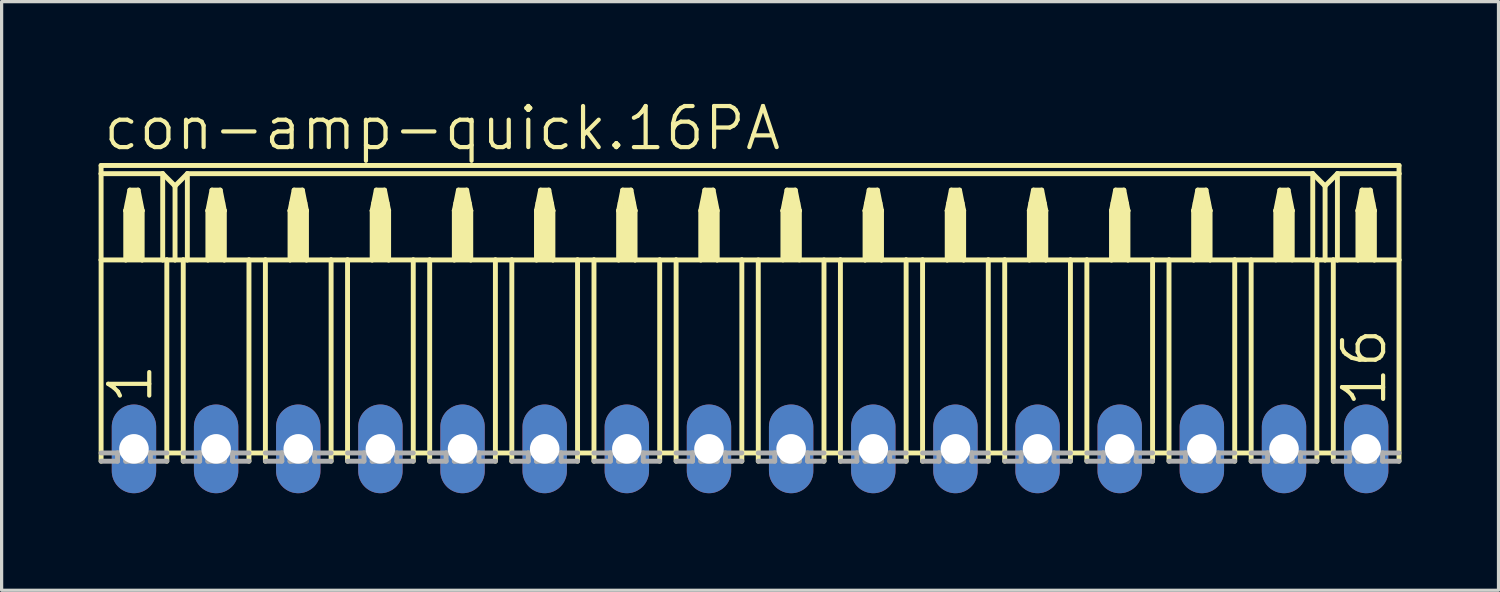
<source format=kicad_pcb>
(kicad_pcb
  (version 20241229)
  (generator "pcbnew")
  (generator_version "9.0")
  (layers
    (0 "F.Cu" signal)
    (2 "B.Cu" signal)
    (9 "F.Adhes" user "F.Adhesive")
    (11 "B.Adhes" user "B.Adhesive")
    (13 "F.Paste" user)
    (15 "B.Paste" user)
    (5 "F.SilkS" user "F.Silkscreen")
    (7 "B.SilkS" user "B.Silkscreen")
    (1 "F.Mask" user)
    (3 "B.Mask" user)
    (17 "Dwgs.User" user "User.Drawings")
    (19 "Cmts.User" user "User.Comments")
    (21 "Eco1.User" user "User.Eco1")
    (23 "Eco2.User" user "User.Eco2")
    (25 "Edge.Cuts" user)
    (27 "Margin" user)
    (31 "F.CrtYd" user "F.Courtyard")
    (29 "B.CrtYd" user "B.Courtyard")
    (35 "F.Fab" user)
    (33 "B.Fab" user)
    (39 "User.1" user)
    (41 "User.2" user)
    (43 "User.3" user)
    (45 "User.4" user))
  (footprint "con-amp-quick.16PA"
    (layer "F.Cu")
    (at 20.142 10.829)
    (property "Reference" "con-amp-quick.16PA" (at -20.066 -9.169 0) (layer "F.SilkS") (effects (font (size 1.27 1.27) (thickness 0.13)) (justify left bottom)))
    (attr through_hole)
    (fp_line (start -20.066 -8.763) (end -20.066 -8.509) (stroke (width 0.152) (type default)) (layer "F.SilkS"))
    (fp_line (start -20.066 -8.763) (end 20.066 -8.763) (stroke (width 0.152) (type default)) (layer "F.SilkS"))
    (fp_line (start -20.066 -8.509) (end -20.066 -5.842) (stroke (width 0.152) (type default)) (layer "F.SilkS"))
    (fp_line (start -20.066 -8.509) (end -18.161 -8.509) (stroke (width 0.152) (type default)) (layer "F.SilkS"))
    (fp_line (start -20.066 -5.842) (end -20.066 0.381) (stroke (width 0.152) (type default)) (layer "F.SilkS"))
    (fp_line (start -20.066 -5.842) (end -19.304 -5.842) (stroke (width 0.152) (type default)) (layer "F.SilkS"))
    (fp_line (start -19.304 -7.366) (end -19.304 -5.842) (stroke (width 0.152) (type default)) (layer "F.SilkS"))
    (fp_line (start -19.304 -7.366) (end -19.177 -8.001) (stroke (width 0.152) (type default)) (layer "F.SilkS"))
    (fp_line (start -19.304 -5.842) (end -18.796 -5.842) (stroke (width 0.152) (type default)) (layer "F.SilkS"))
    (fp_line (start -19.177 -8.001) (end -18.923 -8.001) (stroke (width 0.152) (type default)) (layer "F.SilkS"))
    (fp_line (start -18.923 -8.001) (end -18.796 -7.366) (stroke (width 0.152) (type default)) (layer "F.SilkS"))
    (fp_line (start -18.796 -7.366) (end -19.304 -7.366) (stroke (width 0.152) (type default)) (layer "F.SilkS"))
    (fp_line (start -18.796 -7.366) (end -18.796 -5.842) (stroke (width 0.152) (type default)) (layer "F.SilkS"))
    (fp_line (start -18.796 -5.842) (end -18.161 -5.842) (stroke (width 0.152) (type default)) (layer "F.SilkS"))
    (fp_line (start -18.161 -8.509) (end -18.161 -5.842) (stroke (width 0.152) (type default)) (layer "F.SilkS"))
    (fp_line (start -18.161 -8.509) (end -17.78 -8.128) (stroke (width 0.152) (type default)) (layer "F.SilkS"))
    (fp_line (start -18.161 -5.842) (end -18.034 -5.842) (stroke (width 0.152) (type default)) (layer "F.SilkS"))
    (fp_line (start -18.034 -5.842) (end -18.034 0.127) (stroke (width 0.152) (type default)) (layer "F.SilkS"))
    (fp_line (start -18.034 -5.842) (end -17.78 -5.842) (stroke (width 0.152) (type default)) (layer "F.SilkS"))
    (fp_line (start -18.034 0.127) (end -18.034 0.381) (stroke (width 0.152) (type default)) (layer "F.SilkS"))
    (fp_line (start -17.78 -8.128) (end -17.78 -5.842) (stroke (width 0.152) (type default)) (layer "F.SilkS"))
    (fp_line (start -17.78 -8.128) (end -17.399 -8.509) (stroke (width 0.152) (type default)) (layer "F.SilkS"))
    (fp_line (start -17.78 -5.842) (end -17.526 -5.842) (stroke (width 0.152) (type default)) (layer "F.SilkS"))
    (fp_line (start -17.526 -5.842) (end -17.526 0.127) (stroke (width 0.152) (type default)) (layer "F.SilkS"))
    (fp_line (start -17.526 -5.842) (end -17.399 -5.842) (stroke (width 0.152) (type default)) (layer "F.SilkS"))
    (fp_line (start -17.526 0.127) (end -18.034 0.127) (stroke (width 0.152) (type default)) (layer "F.SilkS"))
    (fp_line (start -17.526 0.127) (end -17.526 0.381) (stroke (width 0.152) (type default)) (layer "F.SilkS"))
    (fp_line (start -17.399 -8.509) (end -17.399 -5.842) (stroke (width 0.152) (type default)) (layer "F.SilkS"))
    (fp_line (start -17.399 -8.509) (end 17.399 -8.509) (stroke (width 0.152) (type default)) (layer "F.SilkS"))
    (fp_line (start -17.399 -5.842) (end -16.764 -5.842) (stroke (width 0.152) (type default)) (layer "F.SilkS"))
    (fp_line (start -16.764 -7.366) (end -16.764 -5.842) (stroke (width 0.152) (type default)) (layer "F.SilkS"))
    (fp_line (start -16.764 -7.366) (end -16.637 -8.001) (stroke (width 0.152) (type default)) (layer "F.SilkS"))
    (fp_line (start -16.764 -5.842) (end -16.256 -5.842) (stroke (width 0.152) (type default)) (layer "F.SilkS"))
    (fp_line (start -16.637 -8.001) (end -16.383 -8.001) (stroke (width 0.152) (type default)) (layer "F.SilkS"))
    (fp_line (start -16.383 -8.001) (end -16.256 -7.366) (stroke (width 0.152) (type default)) (layer "F.SilkS"))
    (fp_line (start -16.256 -7.366) (end -16.764 -7.366) (stroke (width 0.152) (type default)) (layer "F.SilkS"))
    (fp_line (start -16.256 -7.366) (end -16.256 -5.842) (stroke (width 0.152) (type default)) (layer "F.SilkS"))
    (fp_line (start -16.256 -5.842) (end -15.494 -5.842) (stroke (width 0.152) (type default)) (layer "F.SilkS"))
    (fp_line (start -15.494 -5.842) (end -15.494 0.127) (stroke (width 0.152) (type default)) (layer "F.SilkS"))
    (fp_line (start -15.494 -5.842) (end -14.986 -5.842) (stroke (width 0.152) (type default)) (layer "F.SilkS"))
    (fp_line (start -15.494 0.127) (end -15.494 0.381) (stroke (width 0.152) (type default)) (layer "F.SilkS"))
    (fp_line (start -14.986 -5.842) (end -14.986 0.127) (stroke (width 0.152) (type default)) (layer "F.SilkS"))
    (fp_line (start -14.986 -5.842) (end -14.224 -5.842) (stroke (width 0.152) (type default)) (layer "F.SilkS"))
    (fp_line (start -14.986 0.127) (end -15.494 0.127) (stroke (width 0.152) (type default)) (layer "F.SilkS"))
    (fp_line (start -14.986 0.127) (end -14.986 0.381) (stroke (width 0.152) (type default)) (layer "F.SilkS"))
    (fp_line (start -14.224 -7.366) (end -14.224 -5.842) (stroke (width 0.152) (type default)) (layer "F.SilkS"))
    (fp_line (start -14.224 -7.366) (end -14.097 -8.001) (stroke (width 0.152) (type default)) (layer "F.SilkS"))
    (fp_line (start -14.224 -5.842) (end -13.716 -5.842) (stroke (width 0.152) (type default)) (layer "F.SilkS"))
    (fp_line (start -14.097 -8.001) (end -13.843 -8.001) (stroke (width 0.152) (type default)) (layer "F.SilkS"))
    (fp_line (start -13.843 -8.001) (end -13.716 -7.366) (stroke (width 0.152) (type default)) (layer "F.SilkS"))
    (fp_line (start -13.716 -7.366) (end -14.224 -7.366) (stroke (width 0.152) (type default)) (layer "F.SilkS"))
    (fp_line (start -13.716 -7.366) (end -13.716 -5.842) (stroke (width 0.152) (type default)) (layer "F.SilkS"))
    (fp_line (start -13.716 -5.842) (end -12.954 -5.842) (stroke (width 0.152) (type default)) (layer "F.SilkS"))
    (fp_line (start -12.954 -5.842) (end -12.954 0.127) (stroke (width 0.152) (type default)) (layer "F.SilkS"))
    (fp_line (start -12.954 -5.842) (end -12.446 -5.842) (stroke (width 0.152) (type default)) (layer "F.SilkS"))
    (fp_line (start -12.954 0.127) (end -12.954 0.381) (stroke (width 0.152) (type default)) (layer "F.SilkS"))
    (fp_line (start -12.446 -5.842) (end -12.446 0.127) (stroke (width 0.152) (type default)) (layer "F.SilkS"))
    (fp_line (start -12.446 -5.842) (end -11.684 -5.842) (stroke (width 0.152) (type default)) (layer "F.SilkS"))
    (fp_line (start -12.446 0.127) (end -12.954 0.127) (stroke (width 0.152) (type default)) (layer "F.SilkS"))
    (fp_line (start -12.446 0.127) (end -12.446 0.381) (stroke (width 0.152) (type default)) (layer "F.SilkS"))
    (fp_line (start -11.684 -7.366) (end -11.684 -5.842) (stroke (width 0.152) (type default)) (layer "F.SilkS"))
    (fp_line (start -11.684 -7.366) (end -11.557 -8.001) (stroke (width 0.152) (type default)) (layer "F.SilkS"))
    (fp_line (start -11.684 -5.842) (end -11.176 -5.842) (stroke (width 0.152) (type default)) (layer "F.SilkS"))
    (fp_line (start -11.557 -8.001) (end -11.303 -8.001) (stroke (width 0.152) (type default)) (layer "F.SilkS"))
    (fp_line (start -11.303 -8.001) (end -11.176 -7.366) (stroke (width 0.152) (type default)) (layer "F.SilkS"))
    (fp_line (start -11.176 -7.366) (end -11.684 -7.366) (stroke (width 0.152) (type default)) (layer "F.SilkS"))
    (fp_line (start -11.176 -7.366) (end -11.176 -5.842) (stroke (width 0.152) (type default)) (layer "F.SilkS"))
    (fp_line (start -11.176 -5.842) (end -10.414 -5.842) (stroke (width 0.152) (type default)) (layer "F.SilkS"))
    (fp_line (start -10.414 -5.842) (end -10.414 0.127) (stroke (width 0.152) (type default)) (layer "F.SilkS"))
    (fp_line (start -10.414 -5.842) (end -9.906 -5.842) (stroke (width 0.152) (type default)) (layer "F.SilkS"))
    (fp_line (start -10.414 0.127) (end -10.414 0.381) (stroke (width 0.152) (type default)) (layer "F.SilkS"))
    (fp_line (start -9.906 -5.842) (end -9.906 0.127) (stroke (width 0.152) (type default)) (layer "F.SilkS"))
    (fp_line (start -9.906 -5.842) (end -9.144 -5.842) (stroke (width 0.152) (type default)) (layer "F.SilkS"))
    (fp_line (start -9.906 0.127) (end -10.414 0.127) (stroke (width 0.152) (type default)) (layer "F.SilkS"))
    (fp_line (start -9.906 0.127) (end -9.906 0.381) (stroke (width 0.152) (type default)) (layer "F.SilkS"))
    (fp_line (start -9.144 -7.366) (end -9.144 -5.842) (stroke (width 0.152) (type default)) (layer "F.SilkS"))
    (fp_line (start -9.144 -7.366) (end -9.017 -8.001) (stroke (width 0.152) (type default)) (layer "F.SilkS"))
    (fp_line (start -9.144 -5.842) (end -8.636 -5.842) (stroke (width 0.152) (type default)) (layer "F.SilkS"))
    (fp_line (start -9.017 -8.001) (end -8.763 -8.001) (stroke (width 0.152) (type default)) (layer "F.SilkS"))
    (fp_line (start -8.763 -8.001) (end -8.636 -7.366) (stroke (width 0.152) (type default)) (layer "F.SilkS"))
    (fp_line (start -8.636 -7.366) (end -9.144 -7.366) (stroke (width 0.152) (type default)) (layer "F.SilkS"))
    (fp_line (start -8.636 -7.366) (end -8.636 -5.842) (stroke (width 0.152) (type default)) (layer "F.SilkS"))
    (fp_line (start -8.636 -5.842) (end -7.874 -5.842) (stroke (width 0.152) (type default)) (layer "F.SilkS"))
    (fp_line (start -7.874 -5.842) (end -7.874 0.127) (stroke (width 0.152) (type default)) (layer "F.SilkS"))
    (fp_line (start -7.874 -5.842) (end -7.366 -5.842) (stroke (width 0.152) (type default)) (layer "F.SilkS"))
    (fp_line (start -7.874 0.127) (end -7.874 0.381) (stroke (width 0.152) (type default)) (layer "F.SilkS"))
    (fp_line (start -7.366 -5.842) (end -7.366 0.127) (stroke (width 0.152) (type default)) (layer "F.SilkS"))
    (fp_line (start -7.366 -5.842) (end -6.604 -5.842) (stroke (width 0.152) (type default)) (layer "F.SilkS"))
    (fp_line (start -7.366 0.127) (end -7.874 0.127) (stroke (width 0.152) (type default)) (layer "F.SilkS"))
    (fp_line (start -7.366 0.127) (end -7.366 0.381) (stroke (width 0.152) (type default)) (layer "F.SilkS"))
    (fp_line (start -6.604 -7.366) (end -6.604 -5.842) (stroke (width 0.152) (type default)) (layer "F.SilkS"))
    (fp_line (start -6.604 -7.366) (end -6.477 -8.001) (stroke (width 0.152) (type default)) (layer "F.SilkS"))
    (fp_line (start -6.604 -5.842) (end -6.096 -5.842) (stroke (width 0.152) (type default)) (layer "F.SilkS"))
    (fp_line (start -6.477 -8.001) (end -6.223 -8.001) (stroke (width 0.152) (type default)) (layer "F.SilkS"))
    (fp_line (start -6.223 -8.001) (end -6.096 -7.366) (stroke (width 0.152) (type default)) (layer "F.SilkS"))
    (fp_line (start -6.096 -7.366) (end -6.604 -7.366) (stroke (width 0.152) (type default)) (layer "F.SilkS"))
    (fp_line (start -6.096 -7.366) (end -6.096 -5.842) (stroke (width 0.152) (type default)) (layer "F.SilkS"))
    (fp_line (start -6.096 -5.842) (end -5.334 -5.842) (stroke (width 0.152) (type default)) (layer "F.SilkS"))
    (fp_line (start -5.334 -5.842) (end -5.334 0.127) (stroke (width 0.152) (type default)) (layer "F.SilkS"))
    (fp_line (start -5.334 -5.842) (end -4.826 -5.842) (stroke (width 0.152) (type default)) (layer "F.SilkS"))
    (fp_line (start -5.334 0.127) (end -5.334 0.381) (stroke (width 0.152) (type default)) (layer "F.SilkS"))
    (fp_line (start -4.826 -5.842) (end -4.826 0.127) (stroke (width 0.152) (type default)) (layer "F.SilkS"))
    (fp_line (start -4.826 -5.842) (end -4.064 -5.842) (stroke (width 0.152) (type default)) (layer "F.SilkS"))
    (fp_line (start -4.826 0.127) (end -5.334 0.127) (stroke (width 0.152) (type default)) (layer "F.SilkS"))
    (fp_line (start -4.826 0.127) (end -4.826 0.381) (stroke (width 0.152) (type default)) (layer "F.SilkS"))
    (fp_line (start -4.064 -7.366) (end -4.064 -5.842) (stroke (width 0.152) (type default)) (layer "F.SilkS"))
    (fp_line (start -4.064 -7.366) (end -3.937 -8.001) (stroke (width 0.152) (type default)) (layer "F.SilkS"))
    (fp_line (start -4.064 -5.842) (end -3.556 -5.842) (stroke (width 0.152) (type default)) (layer "F.SilkS"))
    (fp_line (start -3.937 -8.001) (end -3.683 -8.001) (stroke (width 0.152) (type default)) (layer "F.SilkS"))
    (fp_line (start -3.683 -8.001) (end -3.556 -7.366) (stroke (width 0.152) (type default)) (layer "F.SilkS"))
    (fp_line (start -3.556 -7.366) (end -4.064 -7.366) (stroke (width 0.152) (type default)) (layer "F.SilkS"))
    (fp_line (start -3.556 -7.366) (end -3.556 -5.842) (stroke (width 0.152) (type default)) (layer "F.SilkS"))
    (fp_line (start -3.556 -5.842) (end -2.794 -5.842) (stroke (width 0.152) (type default)) (layer "F.SilkS"))
    (fp_line (start -2.794 -5.842) (end -2.794 0.127) (stroke (width 0.152) (type default)) (layer "F.SilkS"))
    (fp_line (start -2.794 -5.842) (end -2.286 -5.842) (stroke (width 0.152) (type default)) (layer "F.SilkS"))
    (fp_line (start -2.794 0.127) (end -2.794 0.381) (stroke (width 0.152) (type default)) (layer "F.SilkS"))
    (fp_line (start -2.286 -5.842) (end -2.286 0.127) (stroke (width 0.152) (type default)) (layer "F.SilkS"))
    (fp_line (start -2.286 -5.842) (end -1.524 -5.842) (stroke (width 0.152) (type default)) (layer "F.SilkS"))
    (fp_line (start -2.286 0.127) (end -2.794 0.127) (stroke (width 0.152) (type default)) (layer "F.SilkS"))
    (fp_line (start -2.286 0.127) (end -2.286 0.381) (stroke (width 0.152) (type default)) (layer "F.SilkS"))
    (fp_line (start -1.524 -7.366) (end -1.524 -5.842) (stroke (width 0.152) (type default)) (layer "F.SilkS"))
    (fp_line (start -1.524 -7.366) (end -1.397 -8.001) (stroke (width 0.152) (type default)) (layer "F.SilkS"))
    (fp_line (start -1.524 -5.842) (end -1.016 -5.842) (stroke (width 0.152) (type default)) (layer "F.SilkS"))
    (fp_line (start -1.397 -8.001) (end -1.143 -8.001) (stroke (width 0.152) (type default)) (layer "F.SilkS"))
    (fp_line (start -1.143 -8.001) (end -1.016 -7.366) (stroke (width 0.152) (type default)) (layer "F.SilkS"))
    (fp_line (start -1.016 -7.366) (end -1.016 -5.842) (stroke (width 0.152) (type default)) (layer "F.SilkS"))
    (fp_line (start -1.016 -5.842) (end -0.254 -5.842) (stroke (width 0.152) (type default)) (layer "F.SilkS"))
    (fp_line (start -0.254 -5.842) (end -0.254 0.127) (stroke (width 0.152) (type default)) (layer "F.SilkS"))
    (fp_line (start -0.254 -5.842) (end 2.794 -5.842) (stroke (width 0.152) (type default)) (layer "F.SilkS"))
    (fp_line (start -0.254 0.127) (end -0.254 0.381) (stroke (width 0.152) (type default)) (layer "F.SilkS"))
    (fp_line (start 0.254 -5.842) (end 0.254 0.127) (stroke (width 0.152) (type default)) (layer "F.SilkS"))
    (fp_line (start 0.254 0.127) (end -0.254 0.127) (stroke (width 0.152) (type default)) (layer "F.SilkS"))
    (fp_line (start 0.254 0.127) (end 0.254 0.381) (stroke (width 0.152) (type default)) (layer "F.SilkS"))
    (fp_line (start 1.016 -7.366) (end 1.016 -5.842) (stroke (width 0.152) (type default)) (layer "F.SilkS"))
    (fp_line (start 1.016 -7.366) (end 1.143 -8.001) (stroke (width 0.152) (type default)) (layer "F.SilkS"))
    (fp_line (start 1.143 -8.001) (end 1.397 -8.001) (stroke (width 0.152) (type default)) (layer "F.SilkS"))
    (fp_line (start 1.397 -8.001) (end 1.524 -7.366) (stroke (width 0.152) (type default)) (layer "F.SilkS"))
    (fp_line (start 1.524 -7.366) (end 1.016 -7.366) (stroke (width 0.152) (type default)) (layer "F.SilkS"))
    (fp_line (start 1.524 -7.366) (end 1.524 -5.842) (stroke (width 0.152) (type default)) (layer "F.SilkS"))
    (fp_line (start 2.286 -5.842) (end 2.286 0.127) (stroke (width 0.152) (type default)) (layer "F.SilkS"))
    (fp_line (start 2.286 0.127) (end 2.286 0.381) (stroke (width 0.152) (type default)) (layer "F.SilkS"))
    (fp_line (start 2.794 -5.842) (end 2.794 0.127) (stroke (width 0.152) (type default)) (layer "F.SilkS"))
    (fp_line (start 2.794 -5.842) (end 3.556 -5.842) (stroke (width 0.152) (type default)) (layer "F.SilkS"))
    (fp_line (start 2.794 0.127) (end 2.286 0.127) (stroke (width 0.152) (type default)) (layer "F.SilkS"))
    (fp_line (start 2.794 0.127) (end 2.794 0.381) (stroke (width 0.152) (type default)) (layer "F.SilkS"))
    (fp_line (start 3.556 -7.366) (end 3.556 -5.842) (stroke (width 0.152) (type default)) (layer "F.SilkS"))
    (fp_line (start 3.556 -7.366) (end 3.683 -8.001) (stroke (width 0.152) (type default)) (layer "F.SilkS"))
    (fp_line (start 3.556 -5.842) (end 4.064 -5.842) (stroke (width 0.152) (type default)) (layer "F.SilkS"))
    (fp_line (start 3.683 -8.001) (end 3.937 -8.001) (stroke (width 0.152) (type default)) (layer "F.SilkS"))
    (fp_line (start 3.937 -8.001) (end 4.064 -7.366) (stroke (width 0.152) (type default)) (layer "F.SilkS"))
    (fp_line (start 4.064 -7.366) (end 3.556 -7.366) (stroke (width 0.152) (type default)) (layer "F.SilkS"))
    (fp_line (start 4.064 -7.366) (end 4.064 -5.842) (stroke (width 0.152) (type default)) (layer "F.SilkS"))
    (fp_line (start 4.064 -5.842) (end 4.826 -5.842) (stroke (width 0.152) (type default)) (layer "F.SilkS"))
    (fp_line (start 4.826 -5.842) (end 4.826 0.127) (stroke (width 0.152) (type default)) (layer "F.SilkS"))
    (fp_line (start 4.826 -5.842) (end 5.334 -5.842) (stroke (width 0.152) (type default)) (layer "F.SilkS"))
    (fp_line (start 4.826 0.127) (end 4.826 0.381) (stroke (width 0.152) (type default)) (layer "F.SilkS"))
    (fp_line (start 5.334 -5.842) (end 5.334 0.127) (stroke (width 0.152) (type default)) (layer "F.SilkS"))
    (fp_line (start 5.334 -5.842) (end 6.096 -5.842) (stroke (width 0.152) (type default)) (layer "F.SilkS"))
    (fp_line (start 5.334 0.127) (end 4.826 0.127) (stroke (width 0.152) (type default)) (layer "F.SilkS"))
    (fp_line (start 5.334 0.127) (end 5.334 0.381) (stroke (width 0.152) (type default)) (layer "F.SilkS"))
    (fp_line (start 6.096 -7.366) (end 6.096 -5.842) (stroke (width 0.152) (type default)) (layer "F.SilkS"))
    (fp_line (start 6.096 -7.366) (end 6.223 -8.001) (stroke (width 0.152) (type default)) (layer "F.SilkS"))
    (fp_line (start 6.096 -5.842) (end 6.604 -5.842) (stroke (width 0.152) (type default)) (layer "F.SilkS"))
    (fp_line (start 6.223 -8.001) (end 6.477 -8.001) (stroke (width 0.152) (type default)) (layer "F.SilkS"))
    (fp_line (start 6.477 -8.001) (end 6.604 -7.366) (stroke (width 0.152) (type default)) (layer "F.SilkS"))
    (fp_line (start 6.604 -7.366) (end 6.096 -7.366) (stroke (width 0.152) (type default)) (layer "F.SilkS"))
    (fp_line (start 6.604 -7.366) (end 6.604 -5.842) (stroke (width 0.152) (type default)) (layer "F.SilkS"))
    (fp_line (start 6.604 -5.842) (end 7.366 -5.842) (stroke (width 0.152) (type default)) (layer "F.SilkS"))
    (fp_line (start 7.366 -5.842) (end 7.366 0.127) (stroke (width 0.152) (type default)) (layer "F.SilkS"))
    (fp_line (start 7.366 -5.842) (end 7.874 -5.842) (stroke (width 0.152) (type default)) (layer "F.SilkS"))
    (fp_line (start 7.366 0.127) (end 7.366 0.381) (stroke (width 0.152) (type default)) (layer "F.SilkS"))
    (fp_line (start 7.874 -5.842) (end 7.874 0.127) (stroke (width 0.152) (type default)) (layer "F.SilkS"))
    (fp_line (start 7.874 -5.842) (end 8.636 -5.842) (stroke (width 0.152) (type default)) (layer "F.SilkS"))
    (fp_line (start 7.874 0.127) (end 7.366 0.127) (stroke (width 0.152) (type default)) (layer "F.SilkS"))
    (fp_line (start 7.874 0.127) (end 7.874 0.381) (stroke (width 0.152) (type default)) (layer "F.SilkS"))
    (fp_line (start 8.636 -7.366) (end 8.636 -5.842) (stroke (width 0.152) (type default)) (layer "F.SilkS"))
    (fp_line (start 8.636 -7.366) (end 8.763 -8.001) (stroke (width 0.152) (type default)) (layer "F.SilkS"))
    (fp_line (start 8.636 -5.842) (end 9.144 -5.842) (stroke (width 0.152) (type default)) (layer "F.SilkS"))
    (fp_line (start 8.763 -8.001) (end 9.017 -8.001) (stroke (width 0.152) (type default)) (layer "F.SilkS"))
    (fp_line (start 9.017 -8.001) (end 9.144 -7.366) (stroke (width 0.152) (type default)) (layer "F.SilkS"))
    (fp_line (start 9.144 -7.366) (end 8.636 -7.366) (stroke (width 0.152) (type default)) (layer "F.SilkS"))
    (fp_line (start 9.144 -7.366) (end 9.144 -5.842) (stroke (width 0.152) (type default)) (layer "F.SilkS"))
    (fp_line (start 9.144 -5.842) (end 9.906 -5.842) (stroke (width 0.152) (type default)) (layer "F.SilkS"))
    (fp_line (start 9.906 -5.842) (end 9.906 0.127) (stroke (width 0.152) (type default)) (layer "F.SilkS"))
    (fp_line (start 9.906 -5.842) (end 10.414 -5.842) (stroke (width 0.152) (type default)) (layer "F.SilkS"))
    (fp_line (start 9.906 0.127) (end 9.906 0.381) (stroke (width 0.152) (type default)) (layer "F.SilkS"))
    (fp_line (start 10.414 -5.842) (end 10.414 0.127) (stroke (width 0.152) (type default)) (layer "F.SilkS"))
    (fp_line (start 10.414 -5.842) (end 11.176 -5.842) (stroke (width 0.152) (type default)) (layer "F.SilkS"))
    (fp_line (start 10.414 0.127) (end 9.906 0.127) (stroke (width 0.152) (type default)) (layer "F.SilkS"))
    (fp_line (start 10.414 0.127) (end 10.414 0.381) (stroke (width 0.152) (type default)) (layer "F.SilkS"))
    (fp_line (start 11.176 -7.366) (end 11.176 -5.842) (stroke (width 0.152) (type default)) (layer "F.SilkS"))
    (fp_line (start 11.176 -7.366) (end 11.303 -8.001) (stroke (width 0.152) (type default)) (layer "F.SilkS"))
    (fp_line (start 11.176 -5.842) (end 11.684 -5.842) (stroke (width 0.152) (type default)) (layer "F.SilkS"))
    (fp_line (start 11.303 -8.001) (end 11.557 -8.001) (stroke (width 0.152) (type default)) (layer "F.SilkS"))
    (fp_line (start 11.557 -8.001) (end 11.684 -7.366) (stroke (width 0.152) (type default)) (layer "F.SilkS"))
    (fp_line (start 11.684 -7.366) (end 11.176 -7.366) (stroke (width 0.152) (type default)) (layer "F.SilkS"))
    (fp_line (start 11.684 -7.366) (end 11.684 -5.842) (stroke (width 0.152) (type default)) (layer "F.SilkS"))
    (fp_line (start 11.684 -5.842) (end 12.446 -5.842) (stroke (width 0.152) (type default)) (layer "F.SilkS"))
    (fp_line (start 12.446 -5.842) (end 12.446 0.127) (stroke (width 0.152) (type default)) (layer "F.SilkS"))
    (fp_line (start 12.446 -5.842) (end 12.954 -5.842) (stroke (width 0.152) (type default)) (layer "F.SilkS"))
    (fp_line (start 12.446 0.127) (end 12.446 0.381) (stroke (width 0.152) (type default)) (layer "F.SilkS"))
    (fp_line (start 12.954 -5.842) (end 12.954 0.127) (stroke (width 0.152) (type default)) (layer "F.SilkS"))
    (fp_line (start 12.954 -5.842) (end 13.716 -5.842) (stroke (width 0.152) (type default)) (layer "F.SilkS"))
    (fp_line (start 12.954 0.127) (end 12.446 0.127) (stroke (width 0.152) (type default)) (layer "F.SilkS"))
    (fp_line (start 12.954 0.127) (end 12.954 0.381) (stroke (width 0.152) (type default)) (layer "F.SilkS"))
    (fp_line (start 13.716 -7.366) (end 13.716 -5.842) (stroke (width 0.152) (type default)) (layer "F.SilkS"))
    (fp_line (start 13.716 -7.366) (end 13.843 -8.001) (stroke (width 0.152) (type default)) (layer "F.SilkS"))
    (fp_line (start 13.716 -5.842) (end 14.224 -5.842) (stroke (width 0.152) (type default)) (layer "F.SilkS"))
    (fp_line (start 13.843 -8.001) (end 14.097 -8.001) (stroke (width 0.152) (type default)) (layer "F.SilkS"))
    (fp_line (start 14.097 -8.001) (end 14.224 -7.366) (stroke (width 0.152) (type default)) (layer "F.SilkS"))
    (fp_line (start 14.224 -7.366) (end 13.716 -7.366) (stroke (width 0.152) (type default)) (layer "F.SilkS"))
    (fp_line (start 14.224 -7.366) (end 14.224 -5.842) (stroke (width 0.152) (type default)) (layer "F.SilkS"))
    (fp_line (start 14.224 -5.842) (end 14.986 -5.842) (stroke (width 0.152) (type default)) (layer "F.SilkS"))
    (fp_line (start 14.986 -5.842) (end 14.986 0.127) (stroke (width 0.152) (type default)) (layer "F.SilkS"))
    (fp_line (start 14.986 -5.842) (end 17.399 -5.842) (stroke (width 0.152) (type default)) (layer "F.SilkS"))
    (fp_line (start 14.986 0.127) (end 14.986 0.381) (stroke (width 0.152) (type default)) (layer "F.SilkS"))
    (fp_line (start 15.494 -5.842) (end 15.494 0.127) (stroke (width 0.152) (type default)) (layer "F.SilkS"))
    (fp_line (start 15.494 0.127) (end 14.986 0.127) (stroke (width 0.152) (type default)) (layer "F.SilkS"))
    (fp_line (start 15.494 0.127) (end 15.494 0.381) (stroke (width 0.152) (type default)) (layer "F.SilkS"))
    (fp_line (start 16.256 -7.366) (end 16.256 -5.842) (stroke (width 0.152) (type default)) (layer "F.SilkS"))
    (fp_line (start 16.256 -7.366) (end 16.383 -8.001) (stroke (width 0.152) (type default)) (layer "F.SilkS"))
    (fp_line (start 16.383 -8.001) (end 16.637 -8.001) (stroke (width 0.152) (type default)) (layer "F.SilkS"))
    (fp_line (start 16.637 -8.001) (end 16.764 -7.366) (stroke (width 0.152) (type default)) (layer "F.SilkS"))
    (fp_line (start 16.764 -7.366) (end 16.256 -7.366) (stroke (width 0.152) (type default)) (layer "F.SilkS"))
    (fp_line (start 16.764 -7.366) (end 16.764 -5.842) (stroke (width 0.152) (type default)) (layer "F.SilkS"))
    (fp_line (start 17.399 -8.509) (end 17.399 -5.842) (stroke (width 0.152) (type default)) (layer "F.SilkS"))
    (fp_line (start 17.399 -8.509) (end 17.78 -8.128) (stroke (width 0.152) (type default)) (layer "F.SilkS"))
    (fp_line (start 17.399 -5.842) (end 17.526 -5.842) (stroke (width 0.152) (type default)) (layer "F.SilkS"))
    (fp_line (start 17.526 -5.842) (end 17.526 0.127) (stroke (width 0.152) (type default)) (layer "F.SilkS"))
    (fp_line (start 17.526 -5.842) (end 17.78 -5.842) (stroke (width 0.152) (type default)) (layer "F.SilkS"))
    (fp_line (start 17.526 0.127) (end 17.526 0.381) (stroke (width 0.152) (type default)) (layer "F.SilkS"))
    (fp_line (start 17.78 -8.128) (end 17.78 -5.842) (stroke (width 0.152) (type default)) (layer "F.SilkS"))
    (fp_line (start 17.78 -8.128) (end 18.161 -8.509) (stroke (width 0.152) (type default)) (layer "F.SilkS"))
    (fp_line (start 17.78 -5.842) (end 18.034 -5.842) (stroke (width 0.152) (type default)) (layer "F.SilkS"))
    (fp_line (start 18.034 -5.842) (end 18.034 0.127) (stroke (width 0.152) (type default)) (layer "F.SilkS"))
    (fp_line (start 18.034 -5.842) (end 18.161 -5.842) (stroke (width 0.152) (type default)) (layer "F.SilkS"))
    (fp_line (start 18.034 0.127) (end 17.526 0.127) (stroke (width 0.152) (type default)) (layer "F.SilkS"))
    (fp_line (start 18.034 0.127) (end 18.034 0.381) (stroke (width 0.152) (type default)) (layer "F.SilkS"))
    (fp_line (start 18.161 -8.509) (end 18.161 -5.842) (stroke (width 0.152) (type default)) (layer "F.SilkS"))
    (fp_line (start 18.161 -8.509) (end 20.066 -8.509) (stroke (width 0.152) (type default)) (layer "F.SilkS"))
    (fp_line (start 18.161 -5.842) (end 18.796 -5.842) (stroke (width 0.152) (type default)) (layer "F.SilkS"))
    (fp_line (start 18.796 -7.366) (end 18.796 -5.842) (stroke (width 0.152) (type default)) (layer "F.SilkS"))
    (fp_line (start 18.796 -7.366) (end 18.923 -8.001) (stroke (width 0.152) (type default)) (layer "F.SilkS"))
    (fp_line (start 18.796 -5.842) (end 19.304 -5.842) (stroke (width 0.152) (type default)) (layer "F.SilkS"))
    (fp_line (start 18.923 -8.001) (end 19.177 -8.001) (stroke (width 0.152) (type default)) (layer "F.SilkS"))
    (fp_line (start 19.177 -8.001) (end 19.304 -7.366) (stroke (width 0.152) (type default)) (layer "F.SilkS"))
    (fp_line (start 19.304 -7.366) (end 18.796 -7.366) (stroke (width 0.152) (type default)) (layer "F.SilkS"))
    (fp_line (start 19.304 -7.366) (end 19.304 -5.842) (stroke (width 0.152) (type default)) (layer "F.SilkS"))
    (fp_line (start 19.304 -5.842) (end 20.066 -5.842) (stroke (width 0.152) (type default)) (layer "F.SilkS"))
    (fp_line (start 20.066 -8.509) (end 20.066 -8.763) (stroke (width 0.152) (type default)) (layer "F.SilkS"))
    (fp_line (start 20.066 -5.842) (end 20.066 -8.509) (stroke (width 0.152) (type default)) (layer "F.SilkS"))
    (fp_line (start 20.066 -5.842) (end 20.066 0.381) (stroke (width 0.152) (type default)) (layer "F.SilkS"))
    (fp_rect (start -19.304 -7.366) (end -19.177 -7.62) (stroke (width 0.05) (type default)) (fill yes) (layer "F.SilkS"))
    (fp_rect (start -19.304 -5.842) (end -18.796 -7.366) (stroke (width 0.05) (type default)) (fill yes) (layer "F.SilkS"))
    (fp_rect (start -19.177 -7.366) (end -18.923 -8.001) (stroke (width 0.05) (type default)) (fill yes) (layer "F.SilkS"))
    (fp_rect (start -18.923 -7.366) (end -18.796 -7.62) (stroke (width 0.05) (type default)) (fill yes) (layer "F.SilkS"))
    (fp_rect (start -16.764 -7.366) (end -16.637 -7.62) (stroke (width 0.05) (type default)) (fill yes) (layer "F.SilkS"))
    (fp_rect (start -16.764 -5.842) (end -16.256 -7.366) (stroke (width 0.05) (type default)) (fill yes) (layer "F.SilkS"))
    (fp_rect (start -16.637 -7.366) (end -16.383 -8.001) (stroke (width 0.05) (type default)) (fill yes) (layer "F.SilkS"))
    (fp_rect (start -16.383 -7.366) (end -16.256 -7.62) (stroke (width 0.05) (type default)) (fill yes) (layer "F.SilkS"))
    (fp_rect (start -14.224 -7.366) (end -14.097 -7.62) (stroke (width 0.05) (type default)) (fill yes) (layer "F.SilkS"))
    (fp_rect (start -14.224 -5.842) (end -13.716 -7.366) (stroke (width 0.05) (type default)) (fill yes) (layer "F.SilkS"))
    (fp_rect (start -14.097 -7.366) (end -13.843 -8.001) (stroke (width 0.05) (type default)) (fill yes) (layer "F.SilkS"))
    (fp_rect (start -13.843 -7.366) (end -13.716 -7.62) (stroke (width 0.05) (type default)) (fill yes) (layer "F.SilkS"))
    (fp_rect (start -11.684 -7.366) (end -11.557 -7.62) (stroke (width 0.05) (type default)) (fill yes) (layer "F.SilkS"))
    (fp_rect (start -11.684 -5.842) (end -11.176 -7.366) (stroke (width 0.05) (type default)) (fill yes) (layer "F.SilkS"))
    (fp_rect (start -11.557 -7.366) (end -11.303 -8.001) (stroke (width 0.05) (type default)) (fill yes) (layer "F.SilkS"))
    (fp_rect (start -11.303 -7.366) (end -11.176 -7.62) (stroke (width 0.05) (type default)) (fill yes) (layer "F.SilkS"))
    (fp_rect (start -9.144 -7.366) (end -9.017 -7.62) (stroke (width 0.05) (type default)) (fill yes) (layer "F.SilkS"))
    (fp_rect (start -9.144 -5.842) (end -8.636 -7.366) (stroke (width 0.05) (type default)) (fill yes) (layer "F.SilkS"))
    (fp_rect (start -9.017 -7.366) (end -8.763 -8.001) (stroke (width 0.05) (type default)) (fill yes) (layer "F.SilkS"))
    (fp_rect (start -8.763 -7.366) (end -8.636 -7.62) (stroke (width 0.05) (type default)) (fill yes) (layer "F.SilkS"))
    (fp_rect (start -6.604 -7.366) (end -6.477 -7.62) (stroke (width 0.05) (type default)) (fill yes) (layer "F.SilkS"))
    (fp_rect (start -6.604 -5.842) (end -6.096 -7.366) (stroke (width 0.05) (type default)) (fill yes) (layer "F.SilkS"))
    (fp_rect (start -6.477 -7.366) (end -6.223 -8.001) (stroke (width 0.05) (type default)) (fill yes) (layer "F.SilkS"))
    (fp_rect (start -6.223 -7.366) (end -6.096 -7.62) (stroke (width 0.05) (type default)) (fill yes) (layer "F.SilkS"))
    (fp_rect (start -4.064 -7.366) (end -3.937 -7.62) (stroke (width 0.05) (type default)) (fill yes) (layer "F.SilkS"))
    (fp_rect (start -4.064 -5.842) (end -3.556 -7.366) (stroke (width 0.05) (type default)) (fill yes) (layer "F.SilkS"))
    (fp_rect (start -3.937 -7.366) (end -3.683 -8.001) (stroke (width 0.05) (type default)) (fill yes) (layer "F.SilkS"))
    (fp_rect (start -3.683 -7.366) (end -3.556 -7.62) (stroke (width 0.05) (type default)) (fill yes) (layer "F.SilkS"))
    (fp_rect (start -1.524 -7.366) (end -1.397 -7.62) (stroke (width 0.05) (type default)) (fill yes) (layer "F.SilkS"))
    (fp_rect (start -1.524 -5.842) (end -1.016 -7.366) (stroke (width 0.05) (type default)) (fill yes) (layer "F.SilkS"))
    (fp_rect (start -1.397 -7.366) (end -1.143 -8.001) (stroke (width 0.05) (type default)) (fill yes) (layer "F.SilkS"))
    (fp_rect (start -1.143 -7.366) (end -1.016 -7.62) (stroke (width 0.05) (type default)) (fill yes) (layer "F.SilkS"))
    (fp_rect (start 1.016 -7.366) (end 1.143 -7.62) (stroke (width 0.05) (type default)) (fill yes) (layer "F.SilkS"))
    (fp_rect (start 1.016 -5.842) (end 1.524 -7.366) (stroke (width 0.05) (type default)) (fill yes) (layer "F.SilkS"))
    (fp_rect (start 1.143 -7.366) (end 1.397 -8.001) (stroke (width 0.05) (type default)) (fill yes) (layer "F.SilkS"))
    (fp_rect (start 1.397 -7.366) (end 1.524 -7.62) (stroke (width 0.05) (type default)) (fill yes) (layer "F.SilkS"))
    (fp_rect (start 3.556 -7.366) (end 3.683 -7.62) (stroke (width 0.05) (type default)) (fill yes) (layer "F.SilkS"))
    (fp_rect (start 3.556 -5.842) (end 4.064 -7.366) (stroke (width 0.05) (type default)) (fill yes) (layer "F.SilkS"))
    (fp_rect (start 3.683 -7.366) (end 3.937 -8.001) (stroke (width 0.05) (type default)) (fill yes) (layer "F.SilkS"))
    (fp_rect (start 3.937 -7.366) (end 4.064 -7.62) (stroke (width 0.05) (type default)) (fill yes) (layer "F.SilkS"))
    (fp_rect (start 6.096 -7.366) (end 6.223 -7.62) (stroke (width 0.05) (type default)) (fill yes) (layer "F.SilkS"))
    (fp_rect (start 6.096 -5.842) (end 6.604 -7.366) (stroke (width 0.05) (type default)) (fill yes) (layer "F.SilkS"))
    (fp_rect (start 6.223 -7.366) (end 6.477 -8.001) (stroke (width 0.05) (type default)) (fill yes) (layer "F.SilkS"))
    (fp_rect (start 6.477 -7.366) (end 6.604 -7.62) (stroke (width 0.05) (type default)) (fill yes) (layer "F.SilkS"))
    (fp_rect (start 8.636 -7.366) (end 8.763 -7.62) (stroke (width 0.05) (type default)) (fill yes) (layer "F.SilkS"))
    (fp_rect (start 8.636 -5.842) (end 9.144 -7.366) (stroke (width 0.05) (type default)) (fill yes) (layer "F.SilkS"))
    (fp_rect (start 8.763 -7.366) (end 9.017 -8.001) (stroke (width 0.05) (type default)) (fill yes) (layer "F.SilkS"))
    (fp_rect (start 9.017 -7.366) (end 9.144 -7.62) (stroke (width 0.05) (type default)) (fill yes) (layer "F.SilkS"))
    (fp_rect (start 11.176 -7.366) (end 11.303 -7.62) (stroke (width 0.05) (type default)) (fill yes) (layer "F.SilkS"))
    (fp_rect (start 11.176 -5.842) (end 11.684 -7.366) (stroke (width 0.05) (type default)) (fill yes) (layer "F.SilkS"))
    (fp_rect (start 11.303 -7.366) (end 11.557 -8.001) (stroke (width 0.05) (type default)) (fill yes) (layer "F.SilkS"))
    (fp_rect (start 11.557 -7.366) (end 11.684 -7.62) (stroke (width 0.05) (type default)) (fill yes) (layer "F.SilkS"))
    (fp_rect (start 13.716 -7.366) (end 13.843 -7.62) (stroke (width 0.05) (type default)) (fill yes) (layer "F.SilkS"))
    (fp_rect (start 13.716 -5.842) (end 14.224 -7.366) (stroke (width 0.05) (type default)) (fill yes) (layer "F.SilkS"))
    (fp_rect (start 13.843 -7.366) (end 14.097 -8.001) (stroke (width 0.05) (type default)) (fill yes) (layer "F.SilkS"))
    (fp_rect (start 14.097 -7.366) (end 14.224 -7.62) (stroke (width 0.05) (type default)) (fill yes) (layer "F.SilkS"))
    (fp_rect (start 16.256 -7.366) (end 16.383 -7.62) (stroke (width 0.05) (type default)) (fill yes) (layer "F.SilkS"))
    (fp_rect (start 16.256 -5.842) (end 16.764 -7.366) (stroke (width 0.05) (type default)) (fill yes) (layer "F.SilkS"))
    (fp_rect (start 16.383 -7.366) (end 16.637 -8.001) (stroke (width 0.05) (type default)) (fill yes) (layer "F.SilkS"))
    (fp_rect (start 16.637 -7.366) (end 16.764 -7.62) (stroke (width 0.05) (type default)) (fill yes) (layer "F.SilkS"))
    (fp_rect (start 18.796 -7.366) (end 18.923 -7.62) (stroke (width 0.05) (type default)) (fill yes) (layer "F.SilkS"))
    (fp_rect (start 18.796 -5.842) (end 19.304 -7.366) (stroke (width 0.05) (type default)) (fill yes) (layer "F.SilkS"))
    (fp_rect (start 18.923 -7.366) (end 19.177 -8.001) (stroke (width 0.05) (type default)) (fill yes) (layer "F.SilkS"))
    (fp_rect (start 19.177 -7.366) (end 19.304 -7.62) (stroke (width 0.05) (type default)) (fill yes) (layer "F.SilkS"))
    (fp_line (start -20.066 0.127) (end -19.558 0.127) (stroke (width 0.152) (type default)) (layer "F.Fab"))
    (fp_line (start -19.558 0.381) (end -20.066 0.381) (stroke (width 0.152) (type default)) (layer "F.Fab"))
    (fp_line (start -19.558 0.381) (end -19.558 0.127) (stroke (width 0.152) (type default)) (layer "F.Fab"))
    (fp_line (start -19.304 0.127) (end -19.558 0.127) (stroke (width 0.152) (type default)) (layer "F.Fab"))
    (fp_line (start -19.304 0.381) (end -19.304 0.127) (stroke (width 0.152) (type default)) (layer "F.Fab"))
    (fp_line (start -18.796 0.381) (end -19.304 0.381) (stroke (width 0.152) (type default)) (layer "F.Fab"))
    (fp_line (start -18.796 0.381) (end -18.796 0.127) (stroke (width 0.152) (type default)) (layer "F.Fab"))
    (fp_line (start -18.542 0.127) (end -18.796 0.127) (stroke (width 0.152) (type default)) (layer "F.Fab"))
    (fp_line (start -18.542 0.381) (end -18.542 0.127) (stroke (width 0.152) (type default)) (layer "F.Fab"))
    (fp_line (start -18.034 0.127) (end -18.542 0.127) (stroke (width 0.152) (type default)) (layer "F.Fab"))
    (fp_line (start -18.034 0.381) (end -18.542 0.381) (stroke (width 0.152) (type default)) (layer "F.Fab"))
    (fp_line (start -17.526 0.127) (end -17.018 0.127) (stroke (width 0.152) (type default)) (layer "F.Fab"))
    (fp_line (start -17.018 0.381) (end -17.526 0.381) (stroke (width 0.152) (type default)) (layer "F.Fab"))
    (fp_line (start -17.018 0.381) (end -17.018 0.127) (stroke (width 0.152) (type default)) (layer "F.Fab"))
    (fp_line (start -16.764 0.127) (end -17.018 0.127) (stroke (width 0.152) (type default)) (layer "F.Fab"))
    (fp_line (start -16.764 0.381) (end -16.764 0.127) (stroke (width 0.152) (type default)) (layer "F.Fab"))
    (fp_line (start -16.256 0.381) (end -16.764 0.381) (stroke (width 0.152) (type default)) (layer "F.Fab"))
    (fp_line (start -16.256 0.381) (end -16.256 0.127) (stroke (width 0.152) (type default)) (layer "F.Fab"))
    (fp_line (start -16.002 0.127) (end -16.256 0.127) (stroke (width 0.152) (type default)) (layer "F.Fab"))
    (fp_line (start -16.002 0.381) (end -16.002 0.127) (stroke (width 0.152) (type default)) (layer "F.Fab"))
    (fp_line (start -15.494 0.127) (end -16.002 0.127) (stroke (width 0.152) (type default)) (layer "F.Fab"))
    (fp_line (start -15.494 0.381) (end -16.002 0.381) (stroke (width 0.152) (type default)) (layer "F.Fab"))
    (fp_line (start -14.986 0.127) (end -14.478 0.127) (stroke (width 0.152) (type default)) (layer "F.Fab"))
    (fp_line (start -14.478 0.381) (end -14.986 0.381) (stroke (width 0.152) (type default)) (layer "F.Fab"))
    (fp_line (start -14.478 0.381) (end -14.478 0.127) (stroke (width 0.152) (type default)) (layer "F.Fab"))
    (fp_line (start -14.224 0.127) (end -14.478 0.127) (stroke (width 0.152) (type default)) (layer "F.Fab"))
    (fp_line (start -14.224 0.381) (end -14.224 0.127) (stroke (width 0.152) (type default)) (layer "F.Fab"))
    (fp_line (start -13.716 0.381) (end -14.224 0.381) (stroke (width 0.152) (type default)) (layer "F.Fab"))
    (fp_line (start -13.716 0.381) (end -13.716 0.127) (stroke (width 0.152) (type default)) (layer "F.Fab"))
    (fp_line (start -13.462 0.127) (end -13.716 0.127) (stroke (width 0.152) (type default)) (layer "F.Fab"))
    (fp_line (start -13.462 0.381) (end -13.462 0.127) (stroke (width 0.152) (type default)) (layer "F.Fab"))
    (fp_line (start -12.954 0.127) (end -13.462 0.127) (stroke (width 0.152) (type default)) (layer "F.Fab"))
    (fp_line (start -12.954 0.381) (end -13.462 0.381) (stroke (width 0.152) (type default)) (layer "F.Fab"))
    (fp_line (start -12.446 0.127) (end -11.938 0.127) (stroke (width 0.152) (type default)) (layer "F.Fab"))
    (fp_line (start -11.938 0.381) (end -12.446 0.381) (stroke (width 0.152) (type default)) (layer "F.Fab"))
    (fp_line (start -11.938 0.381) (end -11.938 0.127) (stroke (width 0.152) (type default)) (layer "F.Fab"))
    (fp_line (start -11.684 0.127) (end -11.938 0.127) (stroke (width 0.152) (type default)) (layer "F.Fab"))
    (fp_line (start -11.684 0.381) (end -11.684 0.127) (stroke (width 0.152) (type default)) (layer "F.Fab"))
    (fp_line (start -11.176 0.381) (end -11.684 0.381) (stroke (width 0.152) (type default)) (layer "F.Fab"))
    (fp_line (start -11.176 0.381) (end -11.176 0.127) (stroke (width 0.152) (type default)) (layer "F.Fab"))
    (fp_line (start -10.922 0.127) (end -11.176 0.127) (stroke (width 0.152) (type default)) (layer "F.Fab"))
    (fp_line (start -10.922 0.381) (end -10.922 0.127) (stroke (width 0.152) (type default)) (layer "F.Fab"))
    (fp_line (start -10.414 0.127) (end -10.922 0.127) (stroke (width 0.152) (type default)) (layer "F.Fab"))
    (fp_line (start -10.414 0.381) (end -10.922 0.381) (stroke (width 0.152) (type default)) (layer "F.Fab"))
    (fp_line (start -9.906 0.127) (end -9.398 0.127) (stroke (width 0.152) (type default)) (layer "F.Fab"))
    (fp_line (start -9.398 0.381) (end -9.906 0.381) (stroke (width 0.152) (type default)) (layer "F.Fab"))
    (fp_line (start -9.398 0.381) (end -9.398 0.127) (stroke (width 0.152) (type default)) (layer "F.Fab"))
    (fp_line (start -9.144 0.127) (end -9.398 0.127) (stroke (width 0.152) (type default)) (layer "F.Fab"))
    (fp_line (start -9.144 0.381) (end -9.144 0.127) (stroke (width 0.152) (type default)) (layer "F.Fab"))
    (fp_line (start -8.636 0.381) (end -9.144 0.381) (stroke (width 0.152) (type default)) (layer "F.Fab"))
    (fp_line (start -8.636 0.381) (end -8.636 0.127) (stroke (width 0.152) (type default)) (layer "F.Fab"))
    (fp_line (start -8.382 0.127) (end -8.636 0.127) (stroke (width 0.152) (type default)) (layer "F.Fab"))
    (fp_line (start -8.382 0.381) (end -8.382 0.127) (stroke (width 0.152) (type default)) (layer "F.Fab"))
    (fp_line (start -7.874 0.127) (end -8.382 0.127) (stroke (width 0.152) (type default)) (layer "F.Fab"))
    (fp_line (start -7.874 0.381) (end -8.382 0.381) (stroke (width 0.152) (type default)) (layer "F.Fab"))
    (fp_line (start -7.366 0.127) (end -6.858 0.127) (stroke (width 0.152) (type default)) (layer "F.Fab"))
    (fp_line (start -6.858 0.381) (end -7.366 0.381) (stroke (width 0.152) (type default)) (layer "F.Fab"))
    (fp_line (start -6.858 0.381) (end -6.858 0.127) (stroke (width 0.152) (type default)) (layer "F.Fab"))
    (fp_line (start -6.604 0.127) (end -6.858 0.127) (stroke (width 0.152) (type default)) (layer "F.Fab"))
    (fp_line (start -6.604 0.381) (end -6.604 0.127) (stroke (width 0.152) (type default)) (layer "F.Fab"))
    (fp_line (start -6.096 0.381) (end -6.604 0.381) (stroke (width 0.152) (type default)) (layer "F.Fab"))
    (fp_line (start -6.096 0.381) (end -6.096 0.127) (stroke (width 0.152) (type default)) (layer "F.Fab"))
    (fp_line (start -5.842 0.127) (end -6.096 0.127) (stroke (width 0.152) (type default)) (layer "F.Fab"))
    (fp_line (start -5.842 0.381) (end -5.842 0.127) (stroke (width 0.152) (type default)) (layer "F.Fab"))
    (fp_line (start -5.334 0.127) (end -5.842 0.127) (stroke (width 0.152) (type default)) (layer "F.Fab"))
    (fp_line (start -5.334 0.381) (end -5.842 0.381) (stroke (width 0.152) (type default)) (layer "F.Fab"))
    (fp_line (start -4.826 0.127) (end -4.318 0.127) (stroke (width 0.152) (type default)) (layer "F.Fab"))
    (fp_line (start -4.318 0.381) (end -4.826 0.381) (stroke (width 0.152) (type default)) (layer "F.Fab"))
    (fp_line (start -4.318 0.381) (end -4.318 0.127) (stroke (width 0.152) (type default)) (layer "F.Fab"))
    (fp_line (start -4.064 0.127) (end -4.318 0.127) (stroke (width 0.152) (type default)) (layer "F.Fab"))
    (fp_line (start -4.064 0.381) (end -4.064 0.127) (stroke (width 0.152) (type default)) (layer "F.Fab"))
    (fp_line (start -3.556 0.381) (end -4.064 0.381) (stroke (width 0.152) (type default)) (layer "F.Fab"))
    (fp_line (start -3.556 0.381) (end -3.556 0.127) (stroke (width 0.152) (type default)) (layer "F.Fab"))
    (fp_line (start -3.302 0.127) (end -3.556 0.127) (stroke (width 0.152) (type default)) (layer "F.Fab"))
    (fp_line (start -3.302 0.381) (end -3.302 0.127) (stroke (width 0.152) (type default)) (layer "F.Fab"))
    (fp_line (start -2.794 0.127) (end -3.302 0.127) (stroke (width 0.152) (type default)) (layer "F.Fab"))
    (fp_line (start -2.794 0.381) (end -3.302 0.381) (stroke (width 0.152) (type default)) (layer "F.Fab"))
    (fp_line (start -2.286 0.127) (end -1.778 0.127) (stroke (width 0.152) (type default)) (layer "F.Fab"))
    (fp_line (start -1.778 0.381) (end -2.286 0.381) (stroke (width 0.152) (type default)) (layer "F.Fab"))
    (fp_line (start -1.778 0.381) (end -1.778 0.127) (stroke (width 0.152) (type default)) (layer "F.Fab"))
    (fp_line (start -1.524 0.127) (end -1.778 0.127) (stroke (width 0.152) (type default)) (layer "F.Fab"))
    (fp_line (start -1.524 0.381) (end -1.524 0.127) (stroke (width 0.152) (type default)) (layer "F.Fab"))
    (fp_line (start -1.016 0.381) (end -1.524 0.381) (stroke (width 0.152) (type default)) (layer "F.Fab"))
    (fp_line (start -1.016 0.381) (end -1.016 0.127) (stroke (width 0.152) (type default)) (layer "F.Fab"))
    (fp_line (start -0.762 0.127) (end -1.016 0.127) (stroke (width 0.152) (type default)) (layer "F.Fab"))
    (fp_line (start -0.762 0.381) (end -0.762 0.127) (stroke (width 0.152) (type default)) (layer "F.Fab"))
    (fp_line (start -0.254 0.127) (end -0.762 0.127) (stroke (width 0.152) (type default)) (layer "F.Fab"))
    (fp_line (start -0.254 0.381) (end -0.762 0.381) (stroke (width 0.152) (type default)) (layer "F.Fab"))
    (fp_line (start 0.254 0.127) (end 0.762 0.127) (stroke (width 0.152) (type default)) (layer "F.Fab"))
    (fp_line (start 0.762 0.381) (end 0.254 0.381) (stroke (width 0.152) (type default)) (layer "F.Fab"))
    (fp_line (start 0.762 0.381) (end 0.762 0.127) (stroke (width 0.152) (type default)) (layer "F.Fab"))
    (fp_line (start 1.016 0.127) (end 0.762 0.127) (stroke (width 0.152) (type default)) (layer "F.Fab"))
    (fp_line (start 1.016 0.381) (end 1.016 0.127) (stroke (width 0.152) (type default)) (layer "F.Fab"))
    (fp_line (start 1.524 0.381) (end 1.016 0.381) (stroke (width 0.152) (type default)) (layer "F.Fab"))
    (fp_line (start 1.524 0.381) (end 1.524 0.127) (stroke (width 0.152) (type default)) (layer "F.Fab"))
    (fp_line (start 1.778 0.127) (end 1.524 0.127) (stroke (width 0.152) (type default)) (layer "F.Fab"))
    (fp_line (start 1.778 0.381) (end 1.778 0.127) (stroke (width 0.152) (type default)) (layer "F.Fab"))
    (fp_line (start 2.286 0.127) (end 1.778 0.127) (stroke (width 0.152) (type default)) (layer "F.Fab"))
    (fp_line (start 2.286 0.381) (end 1.778 0.381) (stroke (width 0.152) (type default)) (layer "F.Fab"))
    (fp_line (start 2.794 0.127) (end 3.302 0.127) (stroke (width 0.152) (type default)) (layer "F.Fab"))
    (fp_line (start 3.302 0.381) (end 2.794 0.381) (stroke (width 0.152) (type default)) (layer "F.Fab"))
    (fp_line (start 3.302 0.381) (end 3.302 0.127) (stroke (width 0.152) (type default)) (layer "F.Fab"))
    (fp_line (start 3.556 0.127) (end 3.302 0.127) (stroke (width 0.152) (type default)) (layer "F.Fab"))
    (fp_line (start 3.556 0.381) (end 3.556 0.127) (stroke (width 0.152) (type default)) (layer "F.Fab"))
    (fp_line (start 4.064 0.381) (end 3.556 0.381) (stroke (width 0.152) (type default)) (layer "F.Fab"))
    (fp_line (start 4.064 0.381) (end 4.064 0.127) (stroke (width 0.152) (type default)) (layer "F.Fab"))
    (fp_line (start 4.318 0.127) (end 4.064 0.127) (stroke (width 0.152) (type default)) (layer "F.Fab"))
    (fp_line (start 4.318 0.381) (end 4.318 0.127) (stroke (width 0.152) (type default)) (layer "F.Fab"))
    (fp_line (start 4.826 0.127) (end 4.318 0.127) (stroke (width 0.152) (type default)) (layer "F.Fab"))
    (fp_line (start 4.826 0.381) (end 4.318 0.381) (stroke (width 0.152) (type default)) (layer "F.Fab"))
    (fp_line (start 5.334 0.127) (end 5.842 0.127) (stroke (width 0.152) (type default)) (layer "F.Fab"))
    (fp_line (start 5.842 0.381) (end 5.334 0.381) (stroke (width 0.152) (type default)) (layer "F.Fab"))
    (fp_line (start 5.842 0.381) (end 5.842 0.127) (stroke (width 0.152) (type default)) (layer "F.Fab"))
    (fp_line (start 6.096 0.127) (end 5.842 0.127) (stroke (width 0.152) (type default)) (layer "F.Fab"))
    (fp_line (start 6.096 0.381) (end 6.096 0.127) (stroke (width 0.152) (type default)) (layer "F.Fab"))
    (fp_line (start 6.604 0.381) (end 6.096 0.381) (stroke (width 0.152) (type default)) (layer "F.Fab"))
    (fp_line (start 6.604 0.381) (end 6.604 0.127) (stroke (width 0.152) (type default)) (layer "F.Fab"))
    (fp_line (start 6.858 0.127) (end 6.604 0.127) (stroke (width 0.152) (type default)) (layer "F.Fab"))
    (fp_line (start 6.858 0.381) (end 6.858 0.127) (stroke (width 0.152) (type default)) (layer "F.Fab"))
    (fp_line (start 7.366 0.127) (end 6.858 0.127) (stroke (width 0.152) (type default)) (layer "F.Fab"))
    (fp_line (start 7.366 0.381) (end 6.858 0.381) (stroke (width 0.152) (type default)) (layer "F.Fab"))
    (fp_line (start 7.874 0.127) (end 8.382 0.127) (stroke (width 0.152) (type default)) (layer "F.Fab"))
    (fp_line (start 8.382 0.381) (end 7.874 0.381) (stroke (width 0.152) (type default)) (layer "F.Fab"))
    (fp_line (start 8.382 0.381) (end 8.382 0.127) (stroke (width 0.152) (type default)) (layer "F.Fab"))
    (fp_line (start 8.636 0.127) (end 8.382 0.127) (stroke (width 0.152) (type default)) (layer "F.Fab"))
    (fp_line (start 8.636 0.381) (end 8.636 0.127) (stroke (width 0.152) (type default)) (layer "F.Fab"))
    (fp_line (start 9.144 0.381) (end 8.636 0.381) (stroke (width 0.152) (type default)) (layer "F.Fab"))
    (fp_line (start 9.144 0.381) (end 9.144 0.127) (stroke (width 0.152) (type default)) (layer "F.Fab"))
    (fp_line (start 9.398 0.127) (end 9.144 0.127) (stroke (width 0.152) (type default)) (layer "F.Fab"))
    (fp_line (start 9.398 0.381) (end 9.398 0.127) (stroke (width 0.152) (type default)) (layer "F.Fab"))
    (fp_line (start 9.906 0.127) (end 9.398 0.127) (stroke (width 0.152) (type default)) (layer "F.Fab"))
    (fp_line (start 9.906 0.381) (end 9.398 0.381) (stroke (width 0.152) (type default)) (layer "F.Fab"))
    (fp_line (start 10.414 0.127) (end 10.922 0.127) (stroke (width 0.152) (type default)) (layer "F.Fab"))
    (fp_line (start 10.922 0.381) (end 10.414 0.381) (stroke (width 0.152) (type default)) (layer "F.Fab"))
    (fp_line (start 10.922 0.381) (end 10.922 0.127) (stroke (width 0.152) (type default)) (layer "F.Fab"))
    (fp_line (start 11.176 0.127) (end 10.922 0.127) (stroke (width 0.152) (type default)) (layer "F.Fab"))
    (fp_line (start 11.176 0.381) (end 11.176 0.127) (stroke (width 0.152) (type default)) (layer "F.Fab"))
    (fp_line (start 11.684 0.381) (end 11.176 0.381) (stroke (width 0.152) (type default)) (layer "F.Fab"))
    (fp_line (start 11.684 0.381) (end 11.684 0.127) (stroke (width 0.152) (type default)) (layer "F.Fab"))
    (fp_line (start 11.938 0.127) (end 11.684 0.127) (stroke (width 0.152) (type default)) (layer "F.Fab"))
    (fp_line (start 11.938 0.381) (end 11.938 0.127) (stroke (width 0.152) (type default)) (layer "F.Fab"))
    (fp_line (start 12.446 0.127) (end 11.938 0.127) (stroke (width 0.152) (type default)) (layer "F.Fab"))
    (fp_line (start 12.446 0.381) (end 11.938 0.381) (stroke (width 0.152) (type default)) (layer "F.Fab"))
    (fp_line (start 12.954 0.127) (end 13.462 0.127) (stroke (width 0.152) (type default)) (layer "F.Fab"))
    (fp_line (start 13.462 0.381) (end 12.954 0.381) (stroke (width 0.152) (type default)) (layer "F.Fab"))
    (fp_line (start 13.462 0.381) (end 13.462 0.127) (stroke (width 0.152) (type default)) (layer "F.Fab"))
    (fp_line (start 13.716 0.127) (end 13.462 0.127) (stroke (width 0.152) (type default)) (layer "F.Fab"))
    (fp_line (start 13.716 0.381) (end 13.716 0.127) (stroke (width 0.152) (type default)) (layer "F.Fab"))
    (fp_line (start 14.224 0.381) (end 13.716 0.381) (stroke (width 0.152) (type default)) (layer "F.Fab"))
    (fp_line (start 14.224 0.381) (end 14.224 0.127) (stroke (width 0.152) (type default)) (layer "F.Fab"))
    (fp_line (start 14.478 0.127) (end 14.224 0.127) (stroke (width 0.152) (type default)) (layer "F.Fab"))
    (fp_line (start 14.478 0.381) (end 14.478 0.127) (stroke (width 0.152) (type default)) (layer "F.Fab"))
    (fp_line (start 14.986 0.127) (end 14.478 0.127) (stroke (width 0.152) (type default)) (layer "F.Fab"))
    (fp_line (start 14.986 0.381) (end 14.478 0.381) (stroke (width 0.152) (type default)) (layer "F.Fab"))
    (fp_line (start 15.494 0.127) (end 16.002 0.127) (stroke (width 0.152) (type default)) (layer "F.Fab"))
    (fp_line (start 16.002 0.381) (end 15.494 0.381) (stroke (width 0.152) (type default)) (layer "F.Fab"))
    (fp_line (start 16.002 0.381) (end 16.002 0.127) (stroke (width 0.152) (type default)) (layer "F.Fab"))
    (fp_line (start 16.256 0.127) (end 16.002 0.127) (stroke (width 0.152) (type default)) (layer "F.Fab"))
    (fp_line (start 16.256 0.381) (end 16.256 0.127) (stroke (width 0.152) (type default)) (layer "F.Fab"))
    (fp_line (start 16.764 0.381) (end 16.256 0.381) (stroke (width 0.152) (type default)) (layer "F.Fab"))
    (fp_line (start 16.764 0.381) (end 16.764 0.127) (stroke (width 0.152) (type default)) (layer "F.Fab"))
    (fp_line (start 17.018 0.127) (end 16.764 0.127) (stroke (width 0.152) (type default)) (layer "F.Fab"))
    (fp_line (start 17.018 0.381) (end 17.018 0.127) (stroke (width 0.152) (type default)) (layer "F.Fab"))
    (fp_line (start 17.526 0.127) (end 17.018 0.127) (stroke (width 0.152) (type default)) (layer "F.Fab"))
    (fp_line (start 17.526 0.381) (end 17.018 0.381) (stroke (width 0.152) (type default)) (layer "F.Fab"))
    (fp_line (start 18.034 0.127) (end 18.542 0.127) (stroke (width 0.152) (type default)) (layer "F.Fab"))
    (fp_line (start 18.542 0.381) (end 18.034 0.381) (stroke (width 0.152) (type default)) (layer "F.Fab"))
    (fp_line (start 18.542 0.381) (end 18.542 0.127) (stroke (width 0.152) (type default)) (layer "F.Fab"))
    (fp_line (start 18.796 0.127) (end 18.542 0.127) (stroke (width 0.152) (type default)) (layer "F.Fab"))
    (fp_line (start 18.796 0.381) (end 18.796 0.127) (stroke (width 0.152) (type default)) (layer "F.Fab"))
    (fp_line (start 19.304 0.381) (end 18.796 0.381) (stroke (width 0.152) (type default)) (layer "F.Fab"))
    (fp_line (start 19.304 0.381) (end 19.304 0.127) (stroke (width 0.152) (type default)) (layer "F.Fab"))
    (fp_line (start 19.558 0.127) (end 19.304 0.127) (stroke (width 0.152) (type default)) (layer "F.Fab"))
    (fp_line (start 19.558 0.381) (end 19.558 0.127) (stroke (width 0.152) (type default)) (layer "F.Fab"))
    (fp_line (start 20.066 0.127) (end 19.558 0.127) (stroke (width 0.152) (type default)) (layer "F.Fab"))
    (fp_line (start 20.066 0.381) (end 19.558 0.381) (stroke (width 0.152) (type default)) (layer "F.Fab"))
    (fp_text user "16" (at 19.736 -1.219 90) (layer "F.SilkS") (effects (font (size 1.27 1.27) (thickness 0.13)) (justify left bottom)))
    (fp_text user "1" (at -18.415 -1.321 90) (layer "F.SilkS") (effects (font (size 1.27 1.27) (thickness 0.13)) (justify left bottom)))
    (pad "1" thru_hole oval (at -19.05 0 90) (size 2.743 1.372) (drill 0.914) (layers "*.Cu" "*.Mask"))
    (pad "2" thru_hole oval (at -16.51 0 90) (size 2.743 1.372) (drill 0.914) (layers "*.Cu" "*.Mask"))
    (pad "3" thru_hole oval (at -13.97 0 90) (size 2.743 1.372) (drill 0.914) (layers "*.Cu" "*.Mask"))
    (pad "4" thru_hole oval (at -11.43 0 90) (size 2.743 1.372) (drill 0.914) (layers "*.Cu" "*.Mask"))
    (pad "5" thru_hole oval (at -8.89 0 90) (size 2.743 1.372) (drill 0.914) (layers "*.Cu" "*.Mask"))
    (pad "6" thru_hole oval (at -6.35 0 90) (size 2.743 1.372) (drill 0.914) (layers "*.Cu" "*.Mask"))
    (pad "7" thru_hole oval (at -3.81 0 90) (size 2.743 1.372) (drill 0.914) (layers "*.Cu" "*.Mask"))
    (pad "8" thru_hole oval (at -1.27 0 90) (size 2.743 1.372) (drill 0.914) (layers "*.Cu" "*.Mask"))
    (pad "9" thru_hole oval (at 1.27 0 90) (size 2.743 1.372) (drill 0.914) (layers "*.Cu" "*.Mask"))
    (pad "10" thru_hole oval (at 3.81 0 90) (size 2.743 1.372) (drill 0.914) (layers "*.Cu" "*.Mask"))
    (pad "11" thru_hole oval (at 6.35 0 90) (size 2.743 1.372) (drill 0.914) (layers "*.Cu" "*.Mask"))
    (pad "12" thru_hole oval (at 8.89 0 90) (size 2.743 1.372) (drill 0.914) (layers "*.Cu" "*.Mask"))
    (pad "13" thru_hole oval (at 11.43 0 90) (size 2.743 1.372) (drill 0.914) (layers "*.Cu" "*.Mask"))
    (pad "14" thru_hole oval (at 13.97 0 90) (size 2.743 1.372) (drill 0.914) (layers "*.Cu" "*.Mask"))
    (pad "15" thru_hole oval (at 16.51 0 90) (size 2.743 1.372) (drill 0.914) (layers "*.Cu" "*.Mask"))
    (pad "16" thru_hole oval (at 19.05 0 90) (size 2.743 1.372) (drill 0.914) (layers "*.Cu" "*.Mask")))
  (gr_rect
    (start -3 -3)
    (end 43.284 15.201)
    (stroke (width 0.1) (type default))
    (fill no)
    (layer "Edge.Cuts")))
</source>
